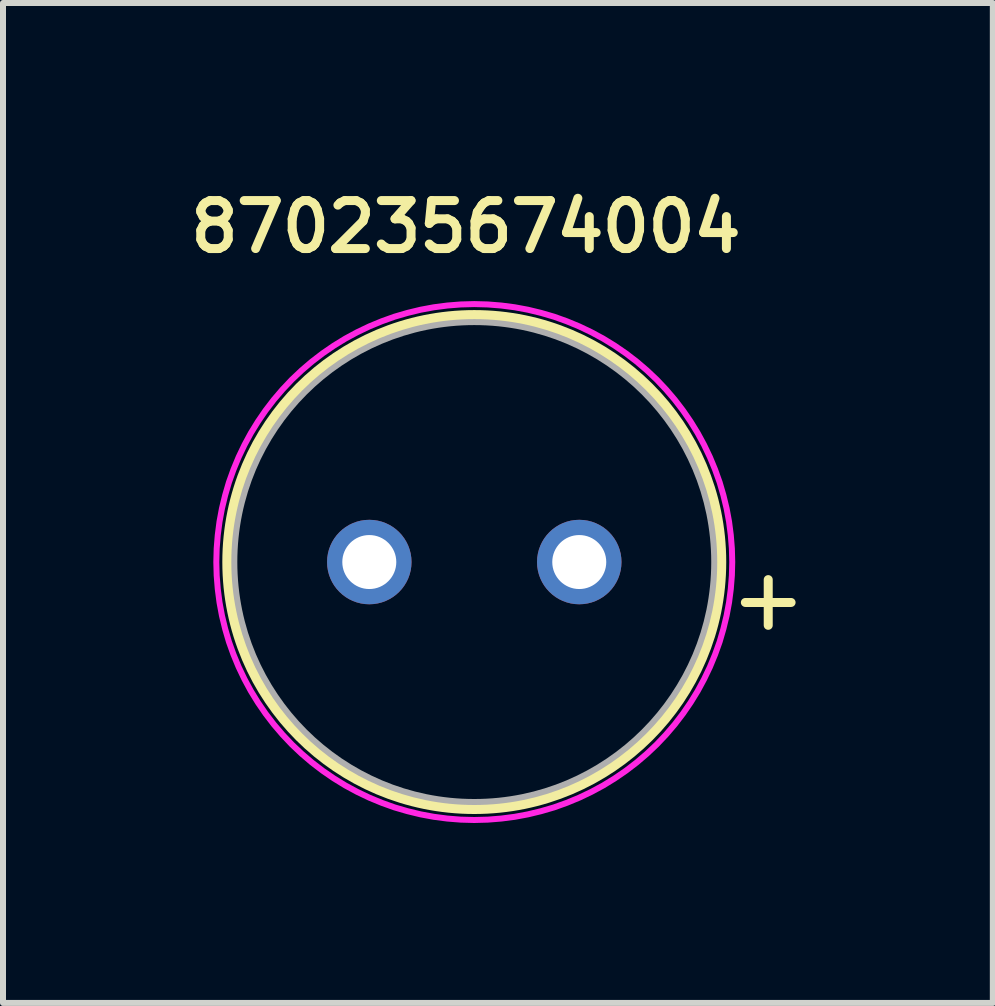
<source format=kicad_pcb>
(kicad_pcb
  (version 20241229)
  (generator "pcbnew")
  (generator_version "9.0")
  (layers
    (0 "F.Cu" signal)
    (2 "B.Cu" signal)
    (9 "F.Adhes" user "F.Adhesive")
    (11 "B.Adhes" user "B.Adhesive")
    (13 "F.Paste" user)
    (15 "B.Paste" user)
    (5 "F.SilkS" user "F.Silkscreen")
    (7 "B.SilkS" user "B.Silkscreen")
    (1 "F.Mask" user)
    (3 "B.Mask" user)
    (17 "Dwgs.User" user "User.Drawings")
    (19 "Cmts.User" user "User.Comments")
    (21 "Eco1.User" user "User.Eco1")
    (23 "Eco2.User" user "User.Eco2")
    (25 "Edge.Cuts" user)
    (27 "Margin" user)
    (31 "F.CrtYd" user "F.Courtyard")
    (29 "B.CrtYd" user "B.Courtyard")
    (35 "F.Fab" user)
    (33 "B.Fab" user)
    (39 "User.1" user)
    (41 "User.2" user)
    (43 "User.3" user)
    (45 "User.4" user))
  (footprint "870235674004"
    (layer "F.Cu")
    (at 4.856 6.319)
    (property "Reference" "870235674004" (at -0.14 -5.588 0) (layer "F.SilkS") (effects (font (size 0.8 0.8) (thickness 0.15))))
    (attr through_hole)
    (fp_circle (center 0 0) (end 4.1 0) (stroke (width 0.2) (type solid)) (fill no) (layer "F.SilkS"))
    (fp_poly (pts (xy 0 4.3) (xy -0.225 4.294) (xy -0.449 4.276) (xy -0.673 4.247) (xy -0.894 4.206) (xy -1.113 4.153) (xy -1.329 4.09) (xy -1.541 4.014) (xy -1.749 3.928) (xy -1.952 3.831) (xy -2.15 3.724) (xy -2.342 3.606) (xy -2.527 3.479) (xy -2.706 3.342) (xy -2.877 3.196) (xy -3.041 3.041) (xy -3.196 2.877) (xy -3.342 2.706) (xy -3.479 2.527) (xy -3.606 2.342) (xy -3.724 2.15) (xy -3.831 1.952) (xy -3.928 1.749) (xy -4.014 1.541) (xy -4.09 1.329) (xy -4.153 1.113) (xy -4.206 0.894) (xy -4.247 0.673) (xy -4.276 0.449) (xy -4.294 0.225) (xy -4.3 0) (xy -4.294 -0.225) (xy -4.276 -0.449) (xy -4.247 -0.673) (xy -4.206 -0.894) (xy -4.153 -1.113) (xy -4.09 -1.329) (xy -4.014 -1.541) (xy -3.928 -1.749) (xy -3.831 -1.952) (xy -3.724 -2.15) (xy -3.606 -2.342) (xy -3.479 -2.527) (xy -3.342 -2.706) (xy -3.196 -2.877) (xy -3.041 -3.041) (xy -2.877 -3.196) (xy -2.706 -3.342) (xy -2.527 -3.479) (xy -2.342 -3.606) (xy -2.15 -3.724) (xy -1.952 -3.831) (xy -1.749 -3.928) (xy -1.541 -4.014) (xy -1.329 -4.09) (xy -1.113 -4.153) (xy -0.894 -4.206) (xy -0.673 -4.247) (xy -0.449 -4.276) (xy -0.225 -4.294) (xy 0 -4.3) (xy 0.225 -4.294) (xy 0.449 -4.276) (xy 0.673 -4.247) (xy 0.894 -4.206) (xy 1.113 -4.153) (xy 1.329 -4.09) (xy 1.541 -4.014) (xy 1.749 -3.928) (xy 1.952 -3.831) (xy 2.15 -3.724) (xy 2.342 -3.606) (xy 2.527 -3.479) (xy 2.706 -3.342) (xy 2.877 -3.196) (xy 3.041 -3.041) (xy 3.196 -2.877) (xy 3.342 -2.706) (xy 3.479 -2.527) (xy 3.606 -2.342) (xy 3.724 -2.15) (xy 3.831 -1.952) (xy 3.928 -1.749) (xy 4.014 -1.541) (xy 4.09 -1.329) (xy 4.153 -1.113) (xy 4.206 -0.894) (xy 4.247 -0.673) (xy 4.276 -0.449) (xy 4.294 -0.225) (xy 4.3 0) (xy 4.294 0.225) (xy 4.276 0.449) (xy 4.247 0.673) (xy 4.206 0.894) (xy 4.153 1.113) (xy 4.09 1.329) (xy 4.014 1.541) (xy 3.928 1.749) (xy 3.831 1.952) (xy 3.724 2.15) (xy 3.606 2.342) (xy 3.479 2.527) (xy 3.342 2.706) (xy 3.196 2.877) (xy 3.041 3.041) (xy 2.877 3.196) (xy 2.706 3.342) (xy 2.527 3.479) (xy 2.342 3.606) (xy 2.15 3.724) (xy 1.952 3.831) (xy 1.749 3.928) (xy 1.541 4.014) (xy 1.329 4.09) (xy 1.113 4.153) (xy 0.894 4.206) (xy 0.673 4.247) (xy 0.449 4.276) (xy 0.225 4.294) (xy 0 4.3)) (stroke (width 0.1) (type solid)) (fill no) (layer "F.CrtYd"))
    (fp_circle (center 0 0) (end 4 0) (stroke (width 0.1) (type solid)) (fill no) (layer "F.Fab"))
    (fp_text user "+" (at 4.9 0.6 0) (layer "F.SilkS") (effects (font (size 1 1) (thickness 0.15))))
    (pad "1" thru_hole circle (at 1.75 0) (size 1.408 1.408) (drill 0.9) (layers "*.Cu" "*.Mask"))
    (pad "2" thru_hole circle (at -1.75 0) (size 1.408 1.408) (drill 0.9) (layers "*.Cu" "*.Mask")))
  (gr_rect
    (start -3 -3)
    (end 13.5 13.669)
    (stroke (width 0.1) (type default))
    (fill no)
    (layer "Edge.Cuts")))
</source>
